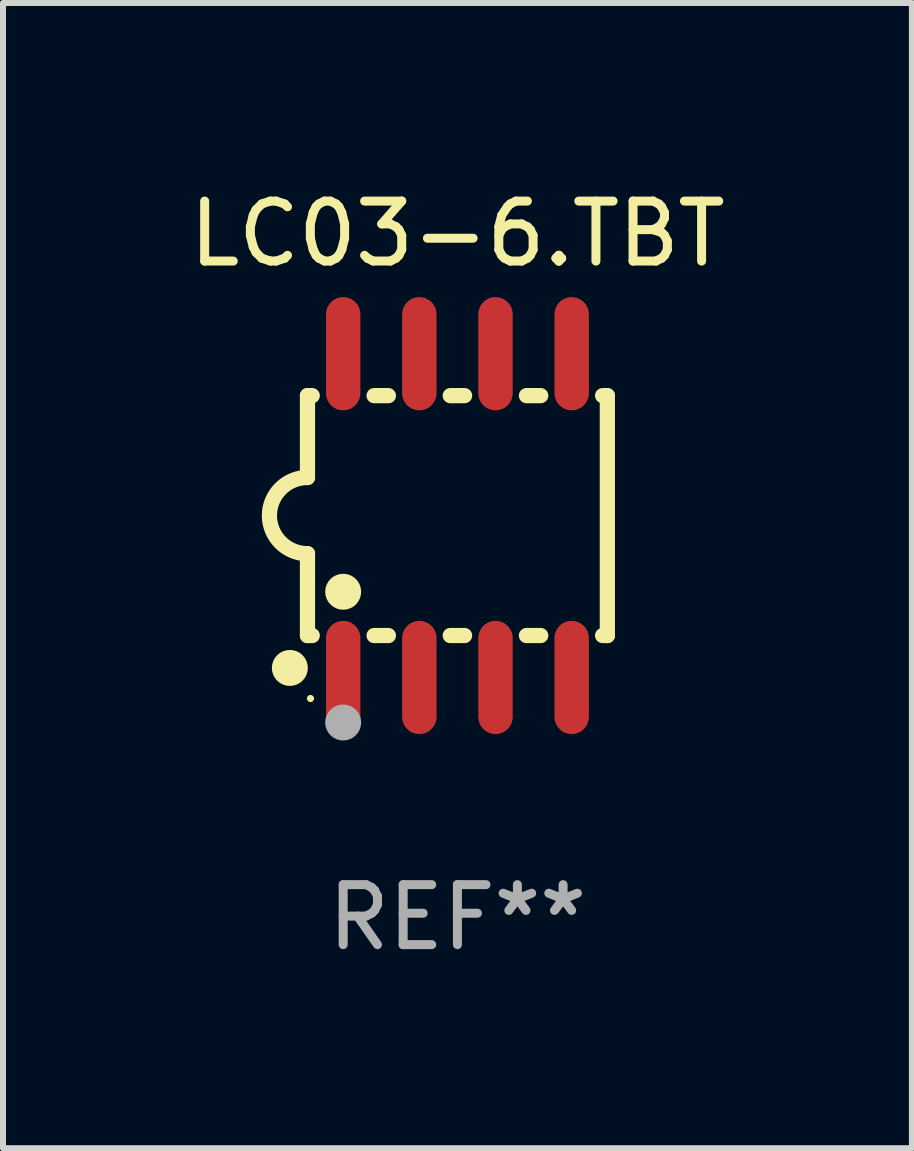
<source format=kicad_pcb>
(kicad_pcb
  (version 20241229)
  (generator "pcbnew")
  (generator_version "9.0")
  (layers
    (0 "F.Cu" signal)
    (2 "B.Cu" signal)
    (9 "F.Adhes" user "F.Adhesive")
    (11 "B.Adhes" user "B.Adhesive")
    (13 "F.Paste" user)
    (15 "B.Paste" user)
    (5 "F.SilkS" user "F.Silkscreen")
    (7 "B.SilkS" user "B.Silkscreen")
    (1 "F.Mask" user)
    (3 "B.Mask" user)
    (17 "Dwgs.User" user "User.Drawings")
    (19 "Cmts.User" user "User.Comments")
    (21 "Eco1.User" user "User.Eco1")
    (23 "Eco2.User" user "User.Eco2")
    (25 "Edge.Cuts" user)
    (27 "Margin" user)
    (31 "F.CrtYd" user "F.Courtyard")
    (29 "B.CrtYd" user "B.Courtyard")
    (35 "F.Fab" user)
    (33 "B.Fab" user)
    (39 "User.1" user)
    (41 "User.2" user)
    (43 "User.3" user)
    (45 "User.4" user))
  (footprint "LC03-6.TBT"
    (layer "F.Cu")
    (at 4.577 5.547)
    (property "Reference" "LC03-6.TBT" (at 0 -4.699 0) (layer "F.SilkS") (effects (font (size 1 1) (thickness 0.15))))
    (attr through_hole)
    (fp_line (start -2.5 -2) (end -2.5 -0.635) (stroke (width 0.254) (type solid)) (layer "F.SilkS"))
    (fp_line (start -2.5 -2) (end -2.421 -2) (stroke (width 0.254) (type solid)) (layer "F.SilkS"))
    (fp_line (start -2.5 2) (end -2.5 0.635) (stroke (width 0.254) (type solid)) (layer "F.SilkS"))
    (fp_line (start -2.5 2) (end -2.421 2) (stroke (width 0.254) (type solid)) (layer "F.SilkS"))
    (fp_line (start -1.389 -2) (end -1.151 -2) (stroke (width 0.254) (type solid)) (layer "F.SilkS"))
    (fp_line (start -1.389 2) (end -1.151 2) (stroke (width 0.254) (type solid)) (layer "F.SilkS"))
    (fp_line (start -0.119 -2) (end 0.119 -2) (stroke (width 0.254) (type solid)) (layer "F.SilkS"))
    (fp_line (start -0.119 2) (end 0.119 2) (stroke (width 0.254) (type solid)) (layer "F.SilkS"))
    (fp_line (start 1.151 -2) (end 1.389 -2) (stroke (width 0.254) (type solid)) (layer "F.SilkS"))
    (fp_line (start 1.151 2) (end 1.389 2) (stroke (width 0.254) (type solid)) (layer "F.SilkS"))
    (fp_line (start 2.421 -2) (end 2.5 -2) (stroke (width 0.254) (type solid)) (layer "F.SilkS"))
    (fp_line (start 2.421 2) (end 2.5 2) (stroke (width 0.254) (type solid)) (layer "F.SilkS"))
    (fp_line (start 2.5 -2) (end 2.5 2) (stroke (width 0.254) (type solid)) (layer "F.SilkS"))
    (fp_arc (start -2.5 0.635001) (mid -3.134366 -0.000318) (end -2.499365 -0.635001) (stroke (width 0.254001) (type solid)) (layer "F.SilkS"))
    (fp_circle (center -2.794 2.54) (end -2.644 2.54) (stroke (width 0.3) (type solid)) (fill no) (layer "F.SilkS"))
    (fp_circle (center -2.45 3.05) (end -2.42 3.05) (stroke (width 0.06) (type solid)) (fill no) (layer "F.SilkS"))
    (fp_circle (center -1.905 1.27) (end -1.755 1.27) (stroke (width 0.3) (type solid)) (fill no) (layer "F.SilkS"))
    (fp_circle (center -1.905 3.45) (end -1.755 3.45) (stroke (width 0.3) (type solid)) (fill no) (layer "F.Fab"))
    (fp_text user "REF**" (at 0 6.699 0) (layer "F.Fab") (effects (font (size 1 1) (thickness 0.15))))
    (pad "1" smd oval (at -1.905 2.699) (size 0.574 1.888) (layers "F.Cu" "F.Mask" "F.Paste"))
    (pad "2" smd oval (at -0.635 2.699) (size 0.574 1.888) (layers "F.Cu" "F.Mask" "F.Paste"))
    (pad "3" smd oval (at 0.635 2.699) (size 0.574 1.888) (layers "F.Cu" "F.Mask" "F.Paste"))
    (pad "4" smd oval (at 1.905 2.699) (size 0.574 1.888) (layers "F.Cu" "F.Mask" "F.Paste"))
    (pad "5" smd oval (at 1.905 -2.699) (size 0.574 1.888) (layers "F.Cu" "F.Mask" "F.Paste"))
    (pad "6" smd oval (at 0.635 -2.699) (size 0.574 1.888) (layers "F.Cu" "F.Mask" "F.Paste"))
    (pad "7" smd oval (at -0.635 -2.699) (size 0.574 1.888) (layers "F.Cu" "F.Mask" "F.Paste"))
    (pad "8" smd oval (at -1.905 -2.699) (size 0.574 1.888) (layers "F.Cu" "F.Mask" "F.Paste")))
  (gr_rect
    (start -3 -3)
    (end 12.155 16.095)
    (stroke (width 0.1) (type default))
    (fill no)
    (layer "Edge.Cuts")))
</source>
